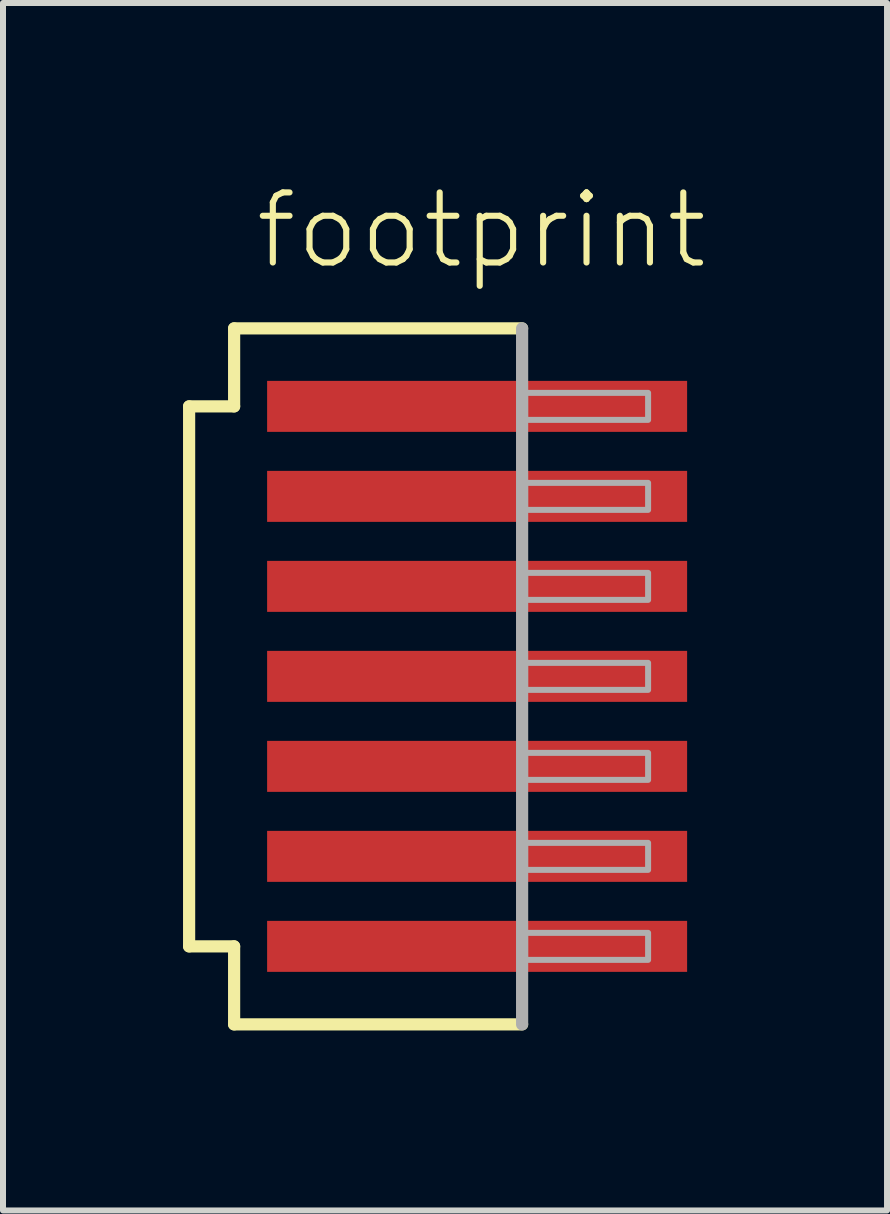
<source format=kicad_pcb>
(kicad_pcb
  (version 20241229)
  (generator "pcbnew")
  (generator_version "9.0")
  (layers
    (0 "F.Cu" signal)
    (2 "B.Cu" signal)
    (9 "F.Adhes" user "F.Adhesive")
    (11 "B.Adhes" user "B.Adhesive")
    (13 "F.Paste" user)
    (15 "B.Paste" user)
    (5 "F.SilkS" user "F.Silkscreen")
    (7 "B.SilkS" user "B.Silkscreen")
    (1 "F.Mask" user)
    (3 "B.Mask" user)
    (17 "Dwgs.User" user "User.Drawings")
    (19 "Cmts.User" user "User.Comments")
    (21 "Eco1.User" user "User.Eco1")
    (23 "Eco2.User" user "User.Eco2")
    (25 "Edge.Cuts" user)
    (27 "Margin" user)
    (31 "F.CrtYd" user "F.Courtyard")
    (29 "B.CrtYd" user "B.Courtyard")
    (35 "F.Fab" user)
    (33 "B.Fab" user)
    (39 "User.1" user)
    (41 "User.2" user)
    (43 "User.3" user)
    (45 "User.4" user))
  (footprint "footprint"
    (layer "F.Cu")
    (at 4.902 8.223)
    (property "Reference" "footprint" (at -3.75 -6.75 0) (layer "F.SilkS") (effects (font (size 1.168 1.168) (thickness 0.102)) (justify left bottom)))
    (fp_line (start -4.8 -4.5) (end -4.05 -4.5) (stroke (width 0.203) (type solid)) (layer "F.SilkS"))
    (fp_line (start -4.8 4.5) (end -4.8 -4.5) (stroke (width 0.203) (type solid)) (layer "F.SilkS"))
    (fp_line (start -4.05 -5.8) (end 0.75 -5.8) (stroke (width 0.203) (type solid)) (layer "F.SilkS"))
    (fp_line (start -4.05 -4.5) (end -4.05 -5.8) (stroke (width 0.203) (type solid)) (layer "F.SilkS"))
    (fp_line (start -4.05 4.5) (end -4.8 4.5) (stroke (width 0.203) (type solid)) (layer "F.SilkS"))
    (fp_line (start -4.05 5.8) (end -4.05 4.5) (stroke (width 0.203) (type solid)) (layer "F.SilkS"))
    (fp_line (start 0.75 5.8) (end -4.05 5.8) (stroke (width 0.203) (type solid)) (layer "F.SilkS"))
    (fp_line (start 0.75 -5.8) (end 0.75 5.8) (stroke (width 0.203) (type solid)) (layer "F.Fab"))
    (fp_poly (pts (xy 0.8 -4.275) (xy 2.85 -4.275) (xy 2.85 -4.725) (xy 0.8 -4.725)) (stroke (width 0.1) (type solid)) (fill no) (layer "F.Fab"))
    (fp_poly (pts (xy 0.8 -2.775) (xy 2.85 -2.775) (xy 2.85 -3.225) (xy 0.8 -3.225)) (stroke (width 0.1) (type solid)) (fill no) (layer "F.Fab"))
    (fp_poly (pts (xy 0.8 -1.275) (xy 2.85 -1.275) (xy 2.85 -1.725) (xy 0.8 -1.725)) (stroke (width 0.1) (type solid)) (fill no) (layer "F.Fab"))
    (fp_poly (pts (xy 0.8 0.225) (xy 2.85 0.225) (xy 2.85 -0.225) (xy 0.8 -0.225)) (stroke (width 0.1) (type solid)) (fill no) (layer "F.Fab"))
    (fp_poly (pts (xy 0.8 1.725) (xy 2.85 1.725) (xy 2.85 1.275) (xy 0.8 1.275)) (stroke (width 0.1) (type solid)) (fill no) (layer "F.Fab"))
    (fp_poly (pts (xy 0.8 3.225) (xy 2.85 3.225) (xy 2.85 2.775) (xy 0.8 2.775)) (stroke (width 0.1) (type solid)) (fill no) (layer "F.Fab"))
    (fp_poly (pts (xy 0.8 4.725) (xy 2.85 4.725) (xy 2.85 4.275) (xy 0.8 4.275)) (stroke (width 0.1) (type solid)) (fill no) (layer "F.Fab"))
    (pad "1" smd rect (at 0 -4.5) (size 7 0.85) (layers "F.Cu" "F.Mask" "F.Paste"))
    (pad "2" smd rect (at 0 -3) (size 7 0.85) (layers "F.Cu" "F.Mask" "F.Paste"))
    (pad "3" smd rect (at 0 -1.5) (size 7 0.85) (layers "F.Cu" "F.Mask" "F.Paste"))
    (pad "4" smd rect (at 0 0) (size 7 0.85) (layers "F.Cu" "F.Mask" "F.Paste"))
    (pad "5" smd rect (at 0 1.5) (size 7 0.85) (layers "F.Cu" "F.Mask" "F.Paste"))
    (pad "6" smd rect (at 0 3) (size 7 0.85) (layers "F.Cu" "F.Mask" "F.Paste"))
    (pad "7" smd rect (at 0 4.5) (size 7 0.85) (layers "F.Cu" "F.Mask" "F.Paste")))
  (gr_rect
    (start -3 -3)
    (end 11.734 17.125)
    (stroke (width 0.1) (type default))
    (fill no)
    (layer "Edge.Cuts")))
</source>
